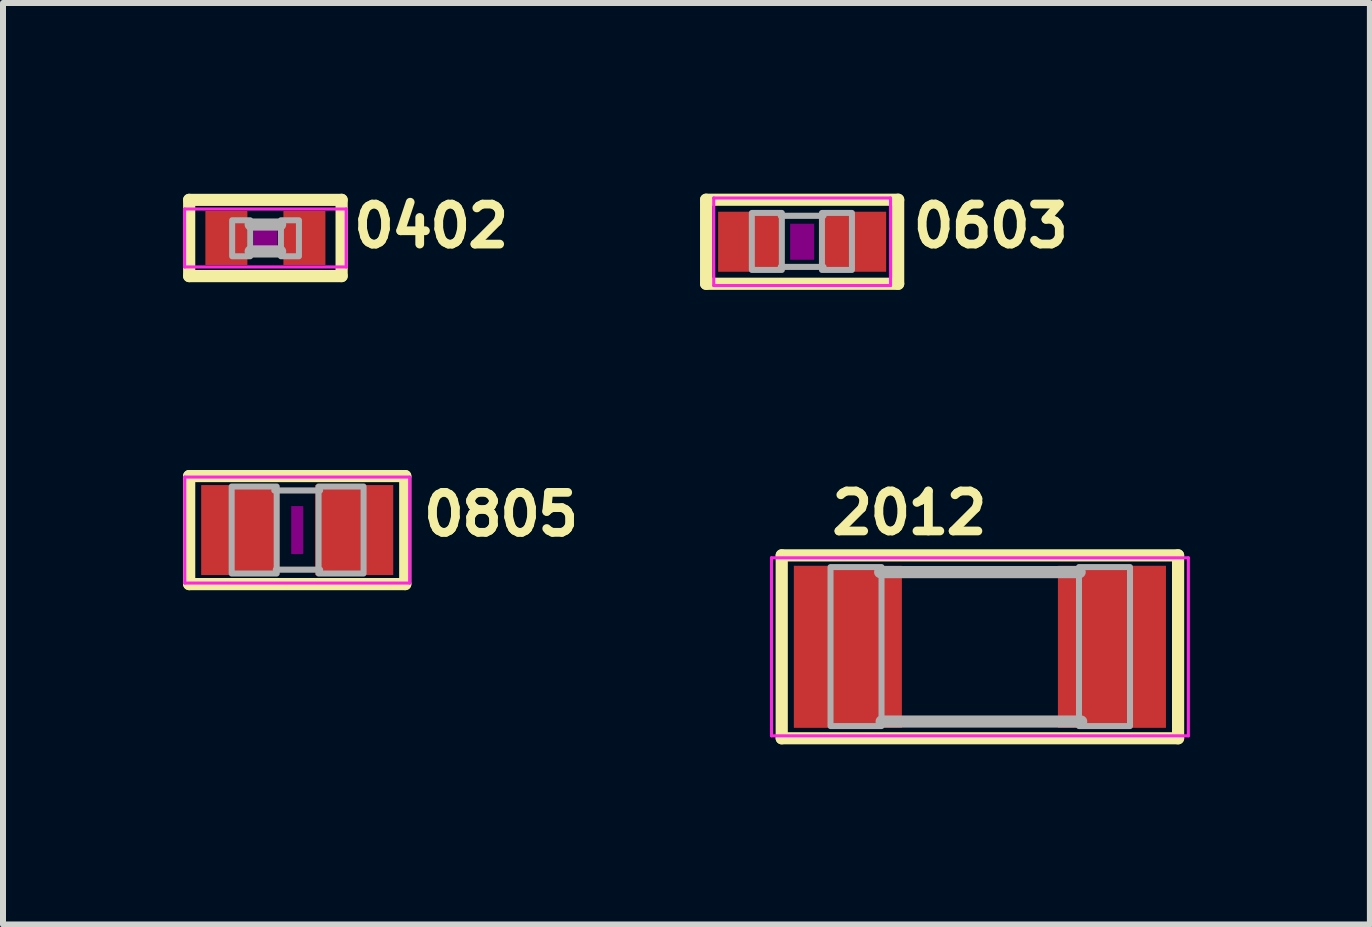
<source format=kicad_pcb>
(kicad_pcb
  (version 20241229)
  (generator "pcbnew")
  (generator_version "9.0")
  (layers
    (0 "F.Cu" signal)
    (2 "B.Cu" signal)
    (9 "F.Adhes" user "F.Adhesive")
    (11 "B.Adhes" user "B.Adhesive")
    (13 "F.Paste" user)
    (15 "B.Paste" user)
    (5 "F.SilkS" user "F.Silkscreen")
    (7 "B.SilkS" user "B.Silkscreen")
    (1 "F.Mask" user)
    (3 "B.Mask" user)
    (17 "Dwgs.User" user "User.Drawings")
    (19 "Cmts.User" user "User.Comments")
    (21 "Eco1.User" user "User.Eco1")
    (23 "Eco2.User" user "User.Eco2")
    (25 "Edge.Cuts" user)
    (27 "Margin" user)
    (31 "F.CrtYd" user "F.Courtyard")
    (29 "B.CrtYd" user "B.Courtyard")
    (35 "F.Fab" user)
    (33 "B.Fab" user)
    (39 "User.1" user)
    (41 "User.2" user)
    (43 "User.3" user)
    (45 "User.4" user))
  (footprint "2012"
    (layer "F.Cu")
    (at 13.277 7.727)
    (property "Reference" "2012" (at -2.54 -1.841 0) (layer "F.SilkS") (effects (font (size 0.666 0.666) (thickness 0.146)) (justify left bottom)))
    (fp_line (start -3.302 -1.524) (end 3.302 -1.524) (stroke (width 0.203) (type solid)) (layer "F.SilkS"))
    (fp_line (start -3.302 1.524) (end -3.302 -1.524) (stroke (width 0.203) (type solid)) (layer "F.SilkS"))
    (fp_line (start 3.302 -1.524) (end 3.302 1.524) (stroke (width 0.203) (type solid)) (layer "F.SilkS"))
    (fp_line (start 3.302 1.524) (end -3.302 1.524) (stroke (width 0.203) (type solid)) (layer "F.SilkS"))
    (fp_line (start -3.473 -1.483) (end 3.473 -1.483) (stroke (width 0.051) (type solid)) (layer "F.CrtYd"))
    (fp_line (start -3.473 1.483) (end -3.473 -1.483) (stroke (width 0.051) (type solid)) (layer "F.CrtYd"))
    (fp_line (start 3.473 -1.483) (end 3.473 1.483) (stroke (width 0.051) (type solid)) (layer "F.CrtYd"))
    (fp_line (start 3.473 1.483) (end -3.473 1.483) (stroke (width 0.051) (type solid)) (layer "F.CrtYd"))
    (fp_line (start -1.662 -1.245) (end 1.662 -1.245) (stroke (width 0.203) (type solid)) (layer "F.Fab"))
    (fp_line (start -1.637 1.245) (end 1.687 1.245) (stroke (width 0.203) (type solid)) (layer "F.Fab"))
    (fp_poly (pts (xy -2.489 1.321) (xy -1.639 1.321) (xy -1.639 -1.329) (xy -2.489 -1.329)) (stroke (width 0.1) (type default)) (fill no) (layer "F.Fab"))
    (fp_poly (pts (xy 1.651 1.321) (xy 2.501 1.321) (xy 2.501 -1.329) (xy 1.651 -1.329)) (stroke (width 0.1) (type default)) (fill no) (layer "F.Fab"))
    (pad "1" smd rect (at -2.2 0) (size 1.8 2.7) (layers "F.Cu" "F.Mask" "F.Paste"))
    (pad "2" smd rect (at 2.2 0) (size 1.8 2.7) (layers "F.Cu" "F.Mask" "F.Paste")))
  (footprint "0603"
    (layer "F.Cu")
    (at 10.315 0.978)
    (property "Reference" "0603" (at 1.778 0.127 0) (layer "F.SilkS") (effects (font (size 0.666 0.666) (thickness 0.146)) (justify left bottom)))
    (fp_line (start -1.6 -0.7) (end 1.6 -0.7) (stroke (width 0.203) (type solid)) (layer "F.SilkS"))
    (fp_line (start -1.6 0.7) (end -1.6 -0.7) (stroke (width 0.203) (type solid)) (layer "F.SilkS"))
    (fp_line (start 1.6 -0.7) (end 1.6 0.7) (stroke (width 0.203) (type solid)) (layer "F.SilkS"))
    (fp_line (start 1.6 0.7) (end -1.6 0.7) (stroke (width 0.203) (type solid)) (layer "F.SilkS"))
    (fp_poly (pts (xy -0.2 0.3) (xy 0.2 0.3) (xy 0.2 -0.3) (xy -0.2 -0.3)) (stroke (width 0) (type default)) (fill yes) (layer "F.Adhes"))
    (fp_line (start -1.473 -0.729) (end 1.473 -0.729) (stroke (width 0.051) (type solid)) (layer "F.CrtYd"))
    (fp_line (start -1.473 0.729) (end -1.473 -0.729) (stroke (width 0.051) (type solid)) (layer "F.CrtYd"))
    (fp_line (start 1.473 -0.729) (end 1.473 0.729) (stroke (width 0.051) (type solid)) (layer "F.CrtYd"))
    (fp_line (start 1.473 0.729) (end -1.473 0.729) (stroke (width 0.051) (type solid)) (layer "F.CrtYd"))
    (fp_line (start -0.356 -0.432) (end 0.356 -0.432) (stroke (width 0.102) (type solid)) (layer "F.Fab"))
    (fp_line (start -0.356 0.419) (end 0.356 0.419) (stroke (width 0.102) (type solid)) (layer "F.Fab"))
    (fp_poly (pts (xy -0.838 0.47) (xy -0.338 0.47) (xy -0.338 -0.48) (xy -0.838 -0.48)) (stroke (width 0.1) (type default)) (fill no) (layer "F.Fab"))
    (fp_poly (pts (xy 0.33 0.47) (xy 0.83 0.47) (xy 0.83 -0.48) (xy 0.33 -0.48)) (stroke (width 0.1) (type default)) (fill no) (layer "F.Fab"))
    (pad "1" smd rect (at -0.85 0) (size 1.1 1) (layers "F.Cu" "F.Mask" "F.Paste"))
    (pad "2" smd rect (at 0.85 0) (size 1.1 1) (layers "F.Cu" "F.Mask" "F.Paste")))
  (footprint "0805"
    (layer "F.Cu")
    (at 1.902 5.782)
    (property "Reference" "0805" (at 2.032 0.127 0) (layer "F.SilkS") (effects (font (size 0.666 0.666) (thickness 0.146)) (justify left bottom)))
    (fp_line (start -1.8 -0.9) (end 1.8 -0.9) (stroke (width 0.203) (type solid)) (layer "F.SilkS"))
    (fp_line (start -1.8 0.9) (end -1.8 -0.9) (stroke (width 0.203) (type solid)) (layer "F.SilkS"))
    (fp_line (start 1.8 -0.9) (end 1.8 0.9) (stroke (width 0.203) (type solid)) (layer "F.SilkS"))
    (fp_line (start 1.8 0.9) (end -1.8 0.9) (stroke (width 0.203) (type solid)) (layer "F.SilkS"))
    (fp_poly (pts (xy -0.1 0.4) (xy 0.1 0.4) (xy 0.1 -0.4) (xy -0.1 -0.4)) (stroke (width 0) (type default)) (fill yes) (layer "F.Adhes"))
    (fp_line (start -1.873 -0.883) (end 1.873 -0.883) (stroke (width 0.051) (type solid)) (layer "F.CrtYd"))
    (fp_line (start -1.873 0.883) (end -1.873 -0.883) (stroke (width 0.051) (type solid)) (layer "F.CrtYd"))
    (fp_line (start 1.873 -0.883) (end 1.873 0.883) (stroke (width 0.051) (type solid)) (layer "F.CrtYd"))
    (fp_line (start 1.873 0.883) (end -1.873 0.883) (stroke (width 0.051) (type solid)) (layer "F.CrtYd"))
    (fp_line (start -0.381 -0.66) (end 0.381 -0.66) (stroke (width 0.102) (type solid)) (layer "F.Fab"))
    (fp_line (start -0.356 0.66) (end 0.381 0.66) (stroke (width 0.102) (type solid)) (layer "F.Fab"))
    (fp_poly (pts (xy -1.092 0.724) (xy -0.342 0.724) (xy -0.342 -0.726) (xy -1.092 -0.726)) (stroke (width 0.1) (type default)) (fill no) (layer "F.Fab"))
    (fp_poly (pts (xy 0.356 0.724) (xy 1.106 0.724) (xy 1.106 -0.726) (xy 0.356 -0.726)) (stroke (width 0.1) (type default)) (fill no) (layer "F.Fab"))
    (pad "1" smd rect (at -0.95 0) (size 1.3 1.5) (layers "F.Cu" "F.Mask" "F.Paste"))
    (pad "2" smd rect (at 0.95 0) (size 1.3 1.5) (layers "F.Cu" "F.Mask" "F.Paste")))
  (footprint "0402"
    (layer "F.Cu")
    (at 1.372 0.915)
    (property "Reference" "0402" (at 1.397 0.191 0) (layer "F.SilkS") (effects (font (size 0.666 0.666) (thickness 0.146)) (justify left bottom)))
    (fp_line (start -1.27 -0.635) (end 1.27 -0.635) (stroke (width 0.203) (type solid)) (layer "F.SilkS"))
    (fp_line (start -1.27 0.635) (end -1.27 -0.635) (stroke (width 0.203) (type solid)) (layer "F.SilkS"))
    (fp_line (start 1.27 -0.635) (end 1.27 0.635) (stroke (width 0.203) (type solid)) (layer "F.SilkS"))
    (fp_line (start 1.27 0.635) (end -1.27 0.635) (stroke (width 0.203) (type solid)) (layer "F.SilkS"))
    (fp_poly (pts (xy -0.2 0.3) (xy 0.2 0.3) (xy 0.2 -0.3) (xy -0.2 -0.3)) (stroke (width 0) (type default)) (fill yes) (layer "F.Adhes"))
    (fp_line (start -1.346 -0.483) (end 1.346 -0.483) (stroke (width 0.051) (type solid)) (layer "F.CrtYd"))
    (fp_line (start -1.346 0.483) (end -1.346 -0.483) (stroke (width 0.051) (type solid)) (layer "F.CrtYd"))
    (fp_line (start 1.346 -0.483) (end 1.346 0.483) (stroke (width 0.051) (type solid)) (layer "F.CrtYd"))
    (fp_line (start 1.346 0.483) (end -1.346 0.483) (stroke (width 0.051) (type solid)) (layer "F.CrtYd"))
    (fp_line (start -0.245 -0.224) (end 0.245 -0.224) (stroke (width 0.203) (type solid)) (layer "F.Fab"))
    (fp_line (start 0.245 0.224) (end -0.245 0.224) (stroke (width 0.203) (type solid)) (layer "F.Fab"))
    (fp_poly (pts (xy -0.554 0.305) (xy -0.254 0.305) (xy -0.254 -0.295) (xy -0.554 -0.295)) (stroke (width 0.1) (type default)) (fill no) (layer "F.Fab"))
    (fp_poly (pts (xy 0.259 0.305) (xy 0.559 0.305) (xy 0.559 -0.295) (xy 0.259 -0.295)) (stroke (width 0.1) (type default)) (fill no) (layer "F.Fab"))
    (pad "1" smd rect (at -0.65 0) (size 0.7 0.9) (layers "F.Cu" "F.Mask" "F.Paste"))
    (pad "2" smd rect (at 0.65 0) (size 0.7 0.9) (layers "F.Cu" "F.Mask" "F.Paste")))
  (gr_rect
    (start -3 -3)
    (end 19.775 12.353)
    (stroke (width 0.1) (type default))
    (fill no)
    (layer "Edge.Cuts")))
</source>
